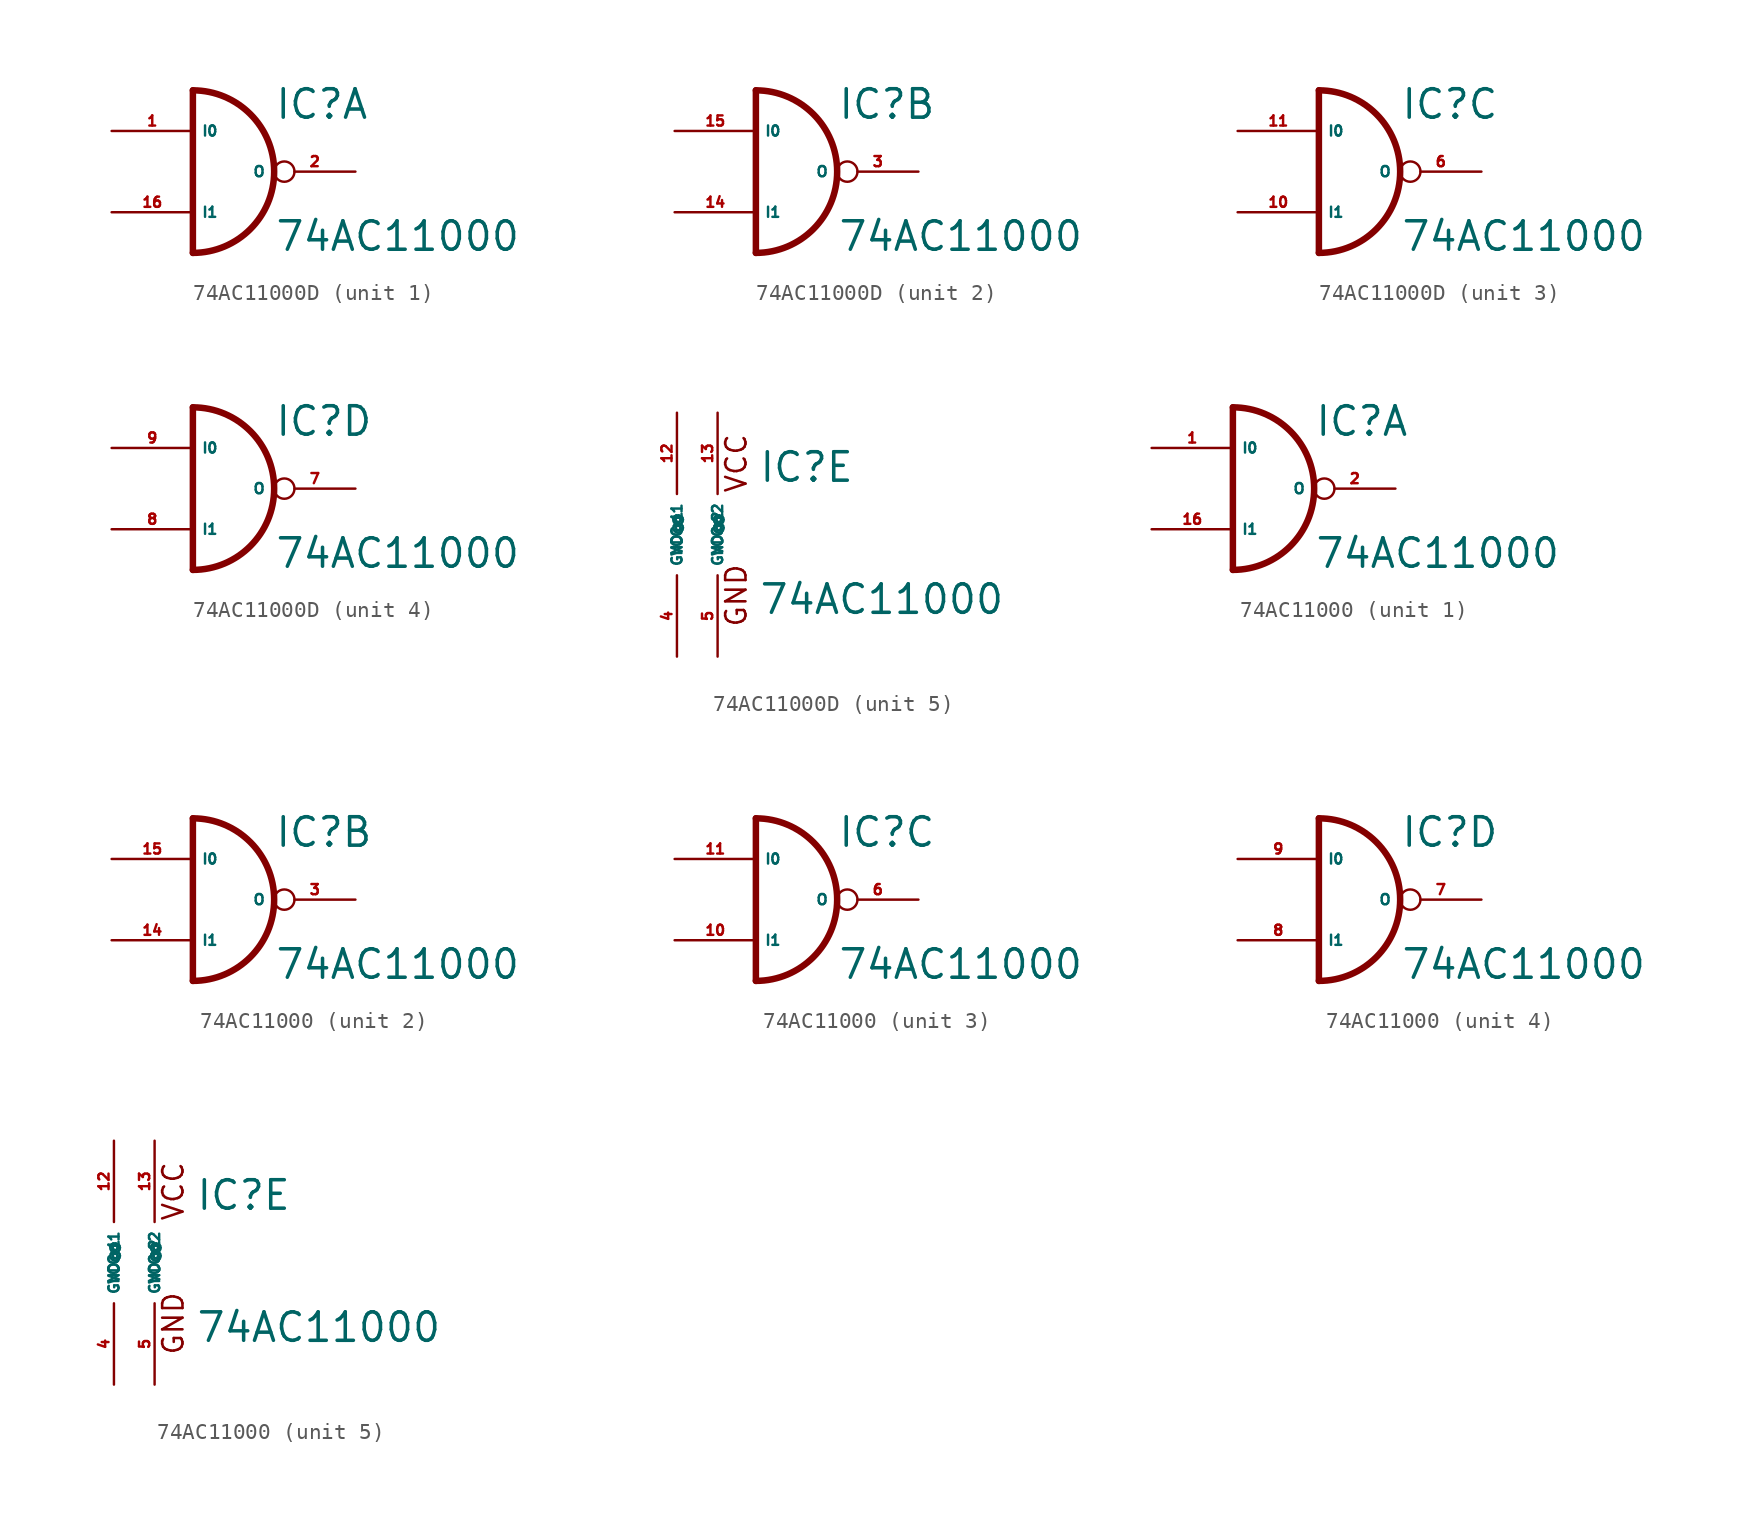
<source format=kicad_sym>
(kicad_symbol_lib
  (version 20220914)
  (generator Eagle2Kicad)
  (symbol "74AC11000D"
    (property "Reference" "IC"
      (at 2.54 3.175 0)
      (effects (font (size 1.778 1.778) (thickness 0.22)) (justify left bottom)))
    (property "Value" "74AC11000"
      (at 2.54 -5.08 0)
      (effects (font (size 1.778 1.778) (thickness 0.22)) (justify left bottom)))
    (symbol "74AC11000D_1_0"
      (polyline (pts (xy -2.54 5.08) (xy -2.54 -5.08)) (stroke (width 0.406) (type default)) (fill (type none)))
      (arc (start -2.54 -5.08) (mid 2.540 0.000) (end -2.54 5.08) (stroke (width 0.4064) (type default)) (fill (type none)))
      (pin input line (at -7.62 2.54 0) (length 5.08) (name "I0" (effects (font (size 0.635 0.635) (thickness 0.08)) (justify left bottom))) (number "1" (effects (font (size 0.635 0.635) (thickness 0.08)) (justify left bottom))))
      (pin output inverted (at 7.62 0 180) (length 5.08) (name "O" (effects (font (size 0.635 0.635) (thickness 0.08)) (justify left bottom))) (number "2" (effects (font (size 0.635 0.635) (thickness 0.08)) (justify left bottom))))
      (pin input line (at -7.62 -2.54 0) (length 5.08) (name "I1" (effects (font (size 0.635 0.635) (thickness 0.08)) (justify left bottom))) (number "16" (effects (font (size 0.635 0.635) (thickness 0.08)) (justify left bottom)))))
    (symbol "74AC11000D_2_0"
      (polyline (pts (xy -2.54 5.08) (xy -2.54 -5.08)) (stroke (width 0.406) (type default)) (fill (type none)))
      (arc (start -2.54 -5.08) (mid 2.540 0.000) (end -2.54 5.08) (stroke (width 0.4064) (type default)) (fill (type none)))
      (pin input line (at -7.62 2.54 0) (length 5.08) (name "I0" (effects (font (size 0.635 0.635) (thickness 0.08)) (justify left bottom))) (number "15" (effects (font (size 0.635 0.635) (thickness 0.08)) (justify left bottom))))
      (pin output inverted (at 7.62 0 180) (length 5.08) (name "O" (effects (font (size 0.635 0.635) (thickness 0.08)) (justify left bottom))) (number "3" (effects (font (size 0.635 0.635) (thickness 0.08)) (justify left bottom))))
      (pin input line (at -7.62 -2.54 0) (length 5.08) (name "I1" (effects (font (size 0.635 0.635) (thickness 0.08)) (justify left bottom))) (number "14" (effects (font (size 0.635 0.635) (thickness 0.08)) (justify left bottom)))))
    (symbol "74AC11000D_3_0"
      (polyline (pts (xy -2.54 5.08) (xy -2.54 -5.08)) (stroke (width 0.406) (type default)) (fill (type none)))
      (arc (start -2.54 -5.08) (mid 2.540 0.000) (end -2.54 5.08) (stroke (width 0.4064) (type default)) (fill (type none)))
      (pin input line (at -7.62 2.54 0) (length 5.08) (name "I0" (effects (font (size 0.635 0.635) (thickness 0.08)) (justify left bottom))) (number "11" (effects (font (size 0.635 0.635) (thickness 0.08)) (justify left bottom))))
      (pin output inverted (at 7.62 0 180) (length 5.08) (name "O" (effects (font (size 0.635 0.635) (thickness 0.08)) (justify left bottom))) (number "6" (effects (font (size 0.635 0.635) (thickness 0.08)) (justify left bottom))))
      (pin input line (at -7.62 -2.54 0) (length 5.08) (name "I1" (effects (font (size 0.635 0.635) (thickness 0.08)) (justify left bottom))) (number "10" (effects (font (size 0.635 0.635) (thickness 0.08)) (justify left bottom)))))
    (symbol "74AC11000D_4_0"
      (polyline (pts (xy -2.54 5.08) (xy -2.54 -5.08)) (stroke (width 0.406) (type default)) (fill (type none)))
      (arc (start -2.54 -5.08) (mid 2.540 0.000) (end -2.54 5.08) (stroke (width 0.4064) (type default)) (fill (type none)))
      (pin input line (at -7.62 2.54 0) (length 5.08) (name "I0" (effects (font (size 0.635 0.635) (thickness 0.08)) (justify left bottom))) (number "9" (effects (font (size 0.635 0.635) (thickness 0.08)) (justify left bottom))))
      (pin output inverted (at 7.62 0 180) (length 5.08) (name "O" (effects (font (size 0.635 0.635) (thickness 0.08)) (justify left bottom))) (number "7" (effects (font (size 0.635 0.635) (thickness 0.08)) (justify left bottom))))
      (pin input line (at -7.62 -2.54 0) (length 5.08) (name "I1" (effects (font (size 0.635 0.635) (thickness 0.08)) (justify left bottom))) (number "8" (effects (font (size 0.635 0.635) (thickness 0.08)) (justify left bottom)))))
    (symbol "74AC11000D_5_0"
      (text "VCC" (at 1.905 2.54 900) (effects (font (size 1.27 1.27) (thickness 0.16)) (justify left bottom)))
      (text "GND" (at 1.905 -5.842 900) (effects (font (size 1.27 1.27) (thickness 0.16)) (justify left bottom)))
      (pin unspecified line (at -2.54 -7.62 90) (length 5.08) (name "GND@1" (effects (font (size 0.635 0.635) (thickness 0.08)) (justify left bottom))) (number "4" (effects (font (size 0.635 0.635) (thickness 0.08)) (justify left bottom))))
      (pin unspecified line (at 0 -7.62 90) (length 5.08) (name "GND@2" (effects (font (size 0.635 0.635) (thickness 0.08)) (justify left bottom))) (number "5" (effects (font (size 0.635 0.635) (thickness 0.08)) (justify left bottom))))
      (pin unspecified line (at -2.54 7.62 270) (length 5.08) (name "VCC@1" (effects (font (size 0.635 0.635) (thickness 0.08)) (justify left bottom))) (number "12" (effects (font (size 0.635 0.635) (thickness 0.08)) (justify left bottom))))
      (pin unspecified line (at 0 7.62 270) (length 5.08) (name "VCC@2" (effects (font (size 0.635 0.635) (thickness 0.08)) (justify left bottom))) (number "13" (effects (font (size 0.635 0.635) (thickness 0.08)) (justify left bottom))))))
  (symbol "74AC11000"
    (property "Reference" "IC"
      (at 2.54 3.175 0)
      (effects (font (size 1.778 1.778) (thickness 0.22)) (justify left bottom)))
    (property "Value" "74AC11000"
      (at 2.54 -5.08 0)
      (effects (font (size 1.778 1.778) (thickness 0.22)) (justify left bottom)))
    (symbol "74AC11000_1_0"
      (polyline (pts (xy -2.54 5.08) (xy -2.54 -5.08)) (stroke (width 0.406) (type default)) (fill (type none)))
      (arc (start -2.54 -5.08) (mid 2.540 0.000) (end -2.54 5.08) (stroke (width 0.4064) (type default)) (fill (type none)))
      (pin input line (at -7.62 2.54 0) (length 5.08) (name "I0" (effects (font (size 0.635 0.635) (thickness 0.08)) (justify left bottom))) (number "1" (effects (font (size 0.635 0.635) (thickness 0.08)) (justify left bottom))))
      (pin output inverted (at 7.62 0 180) (length 5.08) (name "O" (effects (font (size 0.635 0.635) (thickness 0.08)) (justify left bottom))) (number "2" (effects (font (size 0.635 0.635) (thickness 0.08)) (justify left bottom))))
      (pin input line (at -7.62 -2.54 0) (length 5.08) (name "I1" (effects (font (size 0.635 0.635) (thickness 0.08)) (justify left bottom))) (number "16" (effects (font (size 0.635 0.635) (thickness 0.08)) (justify left bottom)))))
    (symbol "74AC11000_2_0"
      (polyline (pts (xy -2.54 5.08) (xy -2.54 -5.08)) (stroke (width 0.406) (type default)) (fill (type none)))
      (arc (start -2.54 -5.08) (mid 2.540 0.000) (end -2.54 5.08) (stroke (width 0.4064) (type default)) (fill (type none)))
      (pin input line (at -7.62 2.54 0) (length 5.08) (name "I0" (effects (font (size 0.635 0.635) (thickness 0.08)) (justify left bottom))) (number "15" (effects (font (size 0.635 0.635) (thickness 0.08)) (justify left bottom))))
      (pin output inverted (at 7.62 0 180) (length 5.08) (name "O" (effects (font (size 0.635 0.635) (thickness 0.08)) (justify left bottom))) (number "3" (effects (font (size 0.635 0.635) (thickness 0.08)) (justify left bottom))))
      (pin input line (at -7.62 -2.54 0) (length 5.08) (name "I1" (effects (font (size 0.635 0.635) (thickness 0.08)) (justify left bottom))) (number "14" (effects (font (size 0.635 0.635) (thickness 0.08)) (justify left bottom)))))
    (symbol "74AC11000_3_0"
      (polyline (pts (xy -2.54 5.08) (xy -2.54 -5.08)) (stroke (width 0.406) (type default)) (fill (type none)))
      (arc (start -2.54 -5.08) (mid 2.540 0.000) (end -2.54 5.08) (stroke (width 0.4064) (type default)) (fill (type none)))
      (pin input line (at -7.62 2.54 0) (length 5.08) (name "I0" (effects (font (size 0.635 0.635) (thickness 0.08)) (justify left bottom))) (number "11" (effects (font (size 0.635 0.635) (thickness 0.08)) (justify left bottom))))
      (pin output inverted (at 7.62 0 180) (length 5.08) (name "O" (effects (font (size 0.635 0.635) (thickness 0.08)) (justify left bottom))) (number "6" (effects (font (size 0.635 0.635) (thickness 0.08)) (justify left bottom))))
      (pin input line (at -7.62 -2.54 0) (length 5.08) (name "I1" (effects (font (size 0.635 0.635) (thickness 0.08)) (justify left bottom))) (number "10" (effects (font (size 0.635 0.635) (thickness 0.08)) (justify left bottom)))))
    (symbol "74AC11000_4_0"
      (polyline (pts (xy -2.54 5.08) (xy -2.54 -5.08)) (stroke (width 0.406) (type default)) (fill (type none)))
      (arc (start -2.54 -5.08) (mid 2.540 0.000) (end -2.54 5.08) (stroke (width 0.4064) (type default)) (fill (type none)))
      (pin input line (at -7.62 2.54 0) (length 5.08) (name "I0" (effects (font (size 0.635 0.635) (thickness 0.08)) (justify left bottom))) (number "9" (effects (font (size 0.635 0.635) (thickness 0.08)) (justify left bottom))))
      (pin output inverted (at 7.62 0 180) (length 5.08) (name "O" (effects (font (size 0.635 0.635) (thickness 0.08)) (justify left bottom))) (number "7" (effects (font (size 0.635 0.635) (thickness 0.08)) (justify left bottom))))
      (pin input line (at -7.62 -2.54 0) (length 5.08) (name "I1" (effects (font (size 0.635 0.635) (thickness 0.08)) (justify left bottom))) (number "8" (effects (font (size 0.635 0.635) (thickness 0.08)) (justify left bottom)))))
    (symbol "74AC11000_5_0"
      (text "VCC" (at 1.905 2.54 900) (effects (font (size 1.27 1.27) (thickness 0.16)) (justify left bottom)))
      (text "GND" (at 1.905 -5.842 900) (effects (font (size 1.27 1.27) (thickness 0.16)) (justify left bottom)))
      (pin unspecified line (at -2.54 -7.62 90) (length 5.08) (name "GND@1" (effects (font (size 0.635 0.635) (thickness 0.08)) (justify left bottom))) (number "4" (effects (font (size 0.635 0.635) (thickness 0.08)) (justify left bottom))))
      (pin unspecified line (at 0 -7.62 90) (length 5.08) (name "GND@2" (effects (font (size 0.635 0.635) (thickness 0.08)) (justify left bottom))) (number "5" (effects (font (size 0.635 0.635) (thickness 0.08)) (justify left bottom))))
      (pin unspecified line (at -2.54 7.62 270) (length 5.08) (name "VCC@1" (effects (font (size 0.635 0.635) (thickness 0.08)) (justify left bottom))) (number "12" (effects (font (size 0.635 0.635) (thickness 0.08)) (justify left bottom))))
      (pin unspecified line (at 0 7.62 270) (length 5.08) (name "VCC@2" (effects (font (size 0.635 0.635) (thickness 0.08)) (justify left bottom))) (number "13" (effects (font (size 0.635 0.635) (thickness 0.08)) (justify left bottom)))))))
</source>
